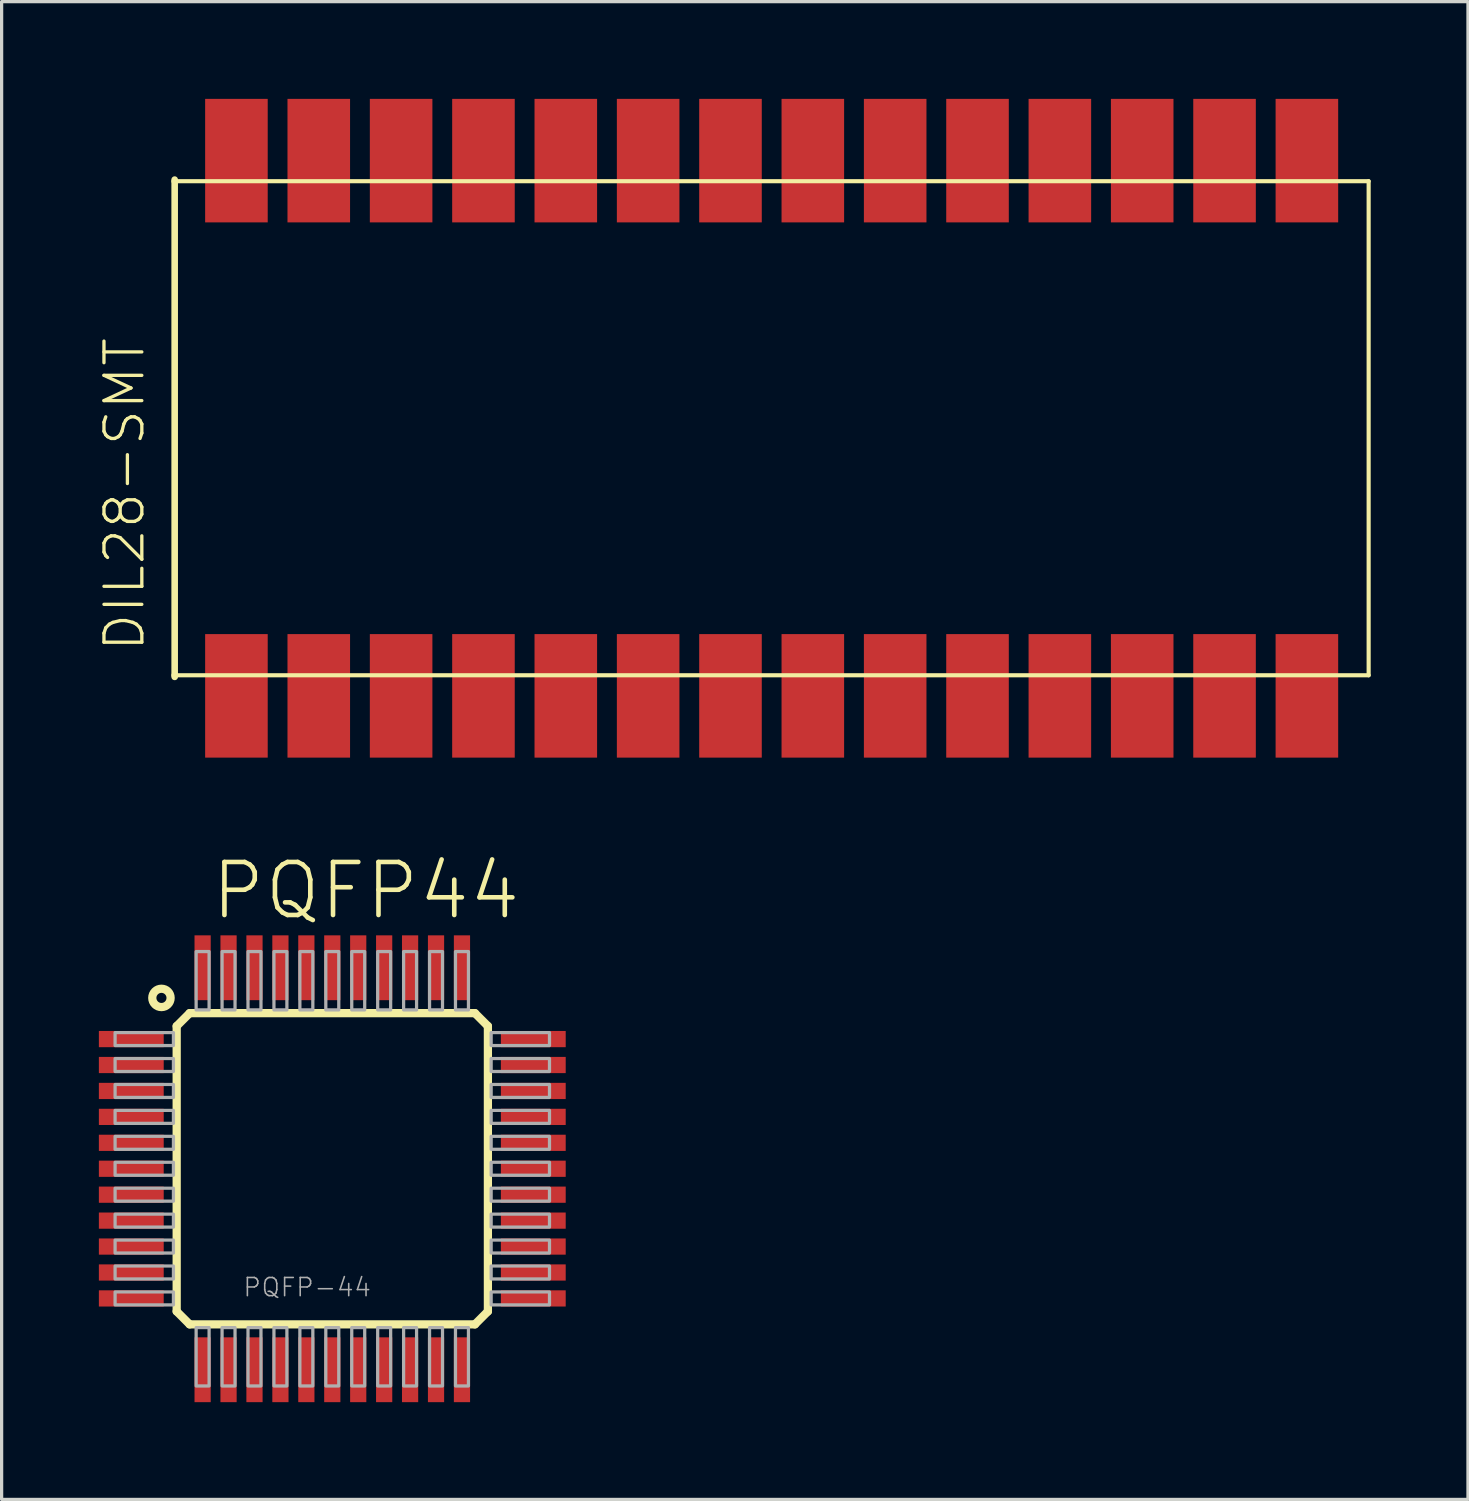
<source format=kicad_pcb>
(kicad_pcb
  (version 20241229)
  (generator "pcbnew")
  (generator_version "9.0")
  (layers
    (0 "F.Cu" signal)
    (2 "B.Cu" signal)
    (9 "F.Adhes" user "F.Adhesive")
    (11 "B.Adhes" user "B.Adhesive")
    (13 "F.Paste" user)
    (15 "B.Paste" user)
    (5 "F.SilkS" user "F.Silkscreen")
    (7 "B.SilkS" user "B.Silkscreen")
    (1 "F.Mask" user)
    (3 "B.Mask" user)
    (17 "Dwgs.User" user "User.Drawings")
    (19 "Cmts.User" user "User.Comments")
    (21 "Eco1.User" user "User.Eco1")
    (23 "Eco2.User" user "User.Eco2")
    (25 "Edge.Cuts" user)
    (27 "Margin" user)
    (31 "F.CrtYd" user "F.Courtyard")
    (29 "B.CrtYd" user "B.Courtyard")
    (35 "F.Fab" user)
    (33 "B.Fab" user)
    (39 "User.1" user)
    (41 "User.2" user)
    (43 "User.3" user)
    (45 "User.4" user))
  (footprint "PQFP44"
    (layer "F.Cu")
    (at 7.2 33.002)
    (property "Reference" "PQFP44" (at -3.81 -7.62 0) (layer "F.SilkS") (effects (font (size 1.636 1.636) (thickness 0.142)) (justify left bottom)))
    (fp_line (start -4.8 -4.4) (end -4.4 -4.8) (stroke (width 0.254) (type solid)) (layer "F.SilkS"))
    (fp_line (start -4.8 4.4) (end -4.8 -4.4) (stroke (width 0.254) (type solid)) (layer "F.SilkS"))
    (fp_line (start -4.4 -4.8) (end 4.4 -4.8) (stroke (width 0.254) (type solid)) (layer "F.SilkS"))
    (fp_line (start -4.4 4.8) (end -4.8 4.4) (stroke (width 0.254) (type solid)) (layer "F.SilkS"))
    (fp_line (start 4.4 -4.8) (end 4.8 -4.4) (stroke (width 0.254) (type solid)) (layer "F.SilkS"))
    (fp_line (start 4.4 4.8) (end -4.4 4.8) (stroke (width 0.254) (type solid)) (layer "F.SilkS"))
    (fp_line (start 4.8 -4.4) (end 4.8 4.4) (stroke (width 0.254) (type solid)) (layer "F.SilkS"))
    (fp_line (start 4.8 4.4) (end 4.4 4.8) (stroke (width 0.254) (type solid)) (layer "F.SilkS"))
    (fp_circle (center -5.27 -5.27) (end -4.987 -5.27) (stroke (width 0.254) (type solid)) (fill no) (layer "F.SilkS"))
    (fp_poly (pts (xy -6.7 -3.8) (xy -4.9 -3.8) (xy -4.9 -4.2) (xy -6.7 -4.2)) (stroke (width 0.1) (type solid)) (fill no) (layer "F.Fab"))
    (fp_poly (pts (xy -6.7 -3) (xy -4.9 -3) (xy -4.9 -3.4) (xy -6.7 -3.4)) (stroke (width 0.1) (type solid)) (fill no) (layer "F.Fab"))
    (fp_poly (pts (xy -6.7 -2.2) (xy -4.9 -2.2) (xy -4.9 -2.6) (xy -6.7 -2.6)) (stroke (width 0.1) (type solid)) (fill no) (layer "F.Fab"))
    (fp_poly (pts (xy -6.7 -1.4) (xy -4.9 -1.4) (xy -4.9 -1.8) (xy -6.7 -1.8)) (stroke (width 0.1) (type solid)) (fill no) (layer "F.Fab"))
    (fp_poly (pts (xy -6.7 -0.6) (xy -4.9 -0.6) (xy -4.9 -1) (xy -6.7 -1)) (stroke (width 0.1) (type solid)) (fill no) (layer "F.Fab"))
    (fp_poly (pts (xy -6.7 0.2) (xy -4.9 0.2) (xy -4.9 -0.2) (xy -6.7 -0.2)) (stroke (width 0.1) (type solid)) (fill no) (layer "F.Fab"))
    (fp_poly (pts (xy -6.7 1) (xy -4.9 1) (xy -4.9 0.6) (xy -6.7 0.6)) (stroke (width 0.1) (type solid)) (fill no) (layer "F.Fab"))
    (fp_poly (pts (xy -6.7 1.8) (xy -4.9 1.8) (xy -4.9 1.4) (xy -6.7 1.4)) (stroke (width 0.1) (type solid)) (fill no) (layer "F.Fab"))
    (fp_poly (pts (xy -6.7 2.6) (xy -4.9 2.6) (xy -4.9 2.2) (xy -6.7 2.2)) (stroke (width 0.1) (type solid)) (fill no) (layer "F.Fab"))
    (fp_poly (pts (xy -6.7 3.4) (xy -4.9 3.4) (xy -4.9 3) (xy -6.7 3)) (stroke (width 0.1) (type solid)) (fill no) (layer "F.Fab"))
    (fp_poly (pts (xy -6.7 4.2) (xy -4.9 4.2) (xy -4.9 3.8) (xy -6.7 3.8)) (stroke (width 0.1) (type solid)) (fill no) (layer "F.Fab"))
    (fp_poly (pts (xy -4.2 -4.9) (xy -3.8 -4.9) (xy -3.8 -6.7) (xy -4.2 -6.7)) (stroke (width 0.1) (type solid)) (fill no) (layer "F.Fab"))
    (fp_poly (pts (xy -4.2 6.7) (xy -3.8 6.7) (xy -3.8 4.9) (xy -4.2 4.9)) (stroke (width 0.1) (type solid)) (fill no) (layer "F.Fab"))
    (fp_poly (pts (xy -3.4 -4.9) (xy -3 -4.9) (xy -3 -6.7) (xy -3.4 -6.7)) (stroke (width 0.1) (type solid)) (fill no) (layer "F.Fab"))
    (fp_poly (pts (xy -3.4 6.7) (xy -3 6.7) (xy -3 4.9) (xy -3.4 4.9)) (stroke (width 0.1) (type solid)) (fill no) (layer "F.Fab"))
    (fp_poly (pts (xy -2.6 -4.9) (xy -2.2 -4.9) (xy -2.2 -6.7) (xy -2.6 -6.7)) (stroke (width 0.1) (type solid)) (fill no) (layer "F.Fab"))
    (fp_poly (pts (xy -2.6 6.7) (xy -2.2 6.7) (xy -2.2 4.9) (xy -2.6 4.9)) (stroke (width 0.1) (type solid)) (fill no) (layer "F.Fab"))
    (fp_poly (pts (xy -1.8 -4.9) (xy -1.4 -4.9) (xy -1.4 -6.7) (xy -1.8 -6.7)) (stroke (width 0.1) (type solid)) (fill no) (layer "F.Fab"))
    (fp_poly (pts (xy -1.8 6.7) (xy -1.4 6.7) (xy -1.4 4.9) (xy -1.8 4.9)) (stroke (width 0.1) (type solid)) (fill no) (layer "F.Fab"))
    (fp_poly (pts (xy -1 -4.9) (xy -0.6 -4.9) (xy -0.6 -6.7) (xy -1 -6.7)) (stroke (width 0.1) (type solid)) (fill no) (layer "F.Fab"))
    (fp_poly (pts (xy -1 6.7) (xy -0.6 6.7) (xy -0.6 4.9) (xy -1 4.9)) (stroke (width 0.1) (type solid)) (fill no) (layer "F.Fab"))
    (fp_poly (pts (xy -0.2 -4.9) (xy 0.2 -4.9) (xy 0.2 -6.7) (xy -0.2 -6.7)) (stroke (width 0.1) (type solid)) (fill no) (layer "F.Fab"))
    (fp_poly (pts (xy -0.2 6.7) (xy 0.2 6.7) (xy 0.2 4.9) (xy -0.2 4.9)) (stroke (width 0.1) (type solid)) (fill no) (layer "F.Fab"))
    (fp_poly (pts (xy 0.6 -4.9) (xy 1 -4.9) (xy 1 -6.7) (xy 0.6 -6.7)) (stroke (width 0.1) (type solid)) (fill no) (layer "F.Fab"))
    (fp_poly (pts (xy 0.6 6.7) (xy 1 6.7) (xy 1 4.9) (xy 0.6 4.9)) (stroke (width 0.1) (type solid)) (fill no) (layer "F.Fab"))
    (fp_poly (pts (xy 1.4 -4.9) (xy 1.8 -4.9) (xy 1.8 -6.7) (xy 1.4 -6.7)) (stroke (width 0.1) (type solid)) (fill no) (layer "F.Fab"))
    (fp_poly (pts (xy 1.4 6.7) (xy 1.8 6.7) (xy 1.8 4.9) (xy 1.4 4.9)) (stroke (width 0.1) (type solid)) (fill no) (layer "F.Fab"))
    (fp_poly (pts (xy 2.2 -4.9) (xy 2.6 -4.9) (xy 2.6 -6.7) (xy 2.2 -6.7)) (stroke (width 0.1) (type solid)) (fill no) (layer "F.Fab"))
    (fp_poly (pts (xy 2.2 6.7) (xy 2.6 6.7) (xy 2.6 4.9) (xy 2.2 4.9)) (stroke (width 0.1) (type solid)) (fill no) (layer "F.Fab"))
    (fp_poly (pts (xy 3 -4.9) (xy 3.4 -4.9) (xy 3.4 -6.7) (xy 3 -6.7)) (stroke (width 0.1) (type solid)) (fill no) (layer "F.Fab"))
    (fp_poly (pts (xy 3 6.7) (xy 3.4 6.7) (xy 3.4 4.9) (xy 3 4.9)) (stroke (width 0.1) (type solid)) (fill no) (layer "F.Fab"))
    (fp_poly (pts (xy 3.8 -4.9) (xy 4.2 -4.9) (xy 4.2 -6.7) (xy 3.8 -6.7)) (stroke (width 0.1) (type solid)) (fill no) (layer "F.Fab"))
    (fp_poly (pts (xy 3.8 6.7) (xy 4.2 6.7) (xy 4.2 4.9) (xy 3.8 4.9)) (stroke (width 0.1) (type solid)) (fill no) (layer "F.Fab"))
    (fp_poly (pts (xy 4.9 -3.8) (xy 6.7 -3.8) (xy 6.7 -4.2) (xy 4.9 -4.2)) (stroke (width 0.1) (type solid)) (fill no) (layer "F.Fab"))
    (fp_poly (pts (xy 4.9 -3) (xy 6.7 -3) (xy 6.7 -3.4) (xy 4.9 -3.4)) (stroke (width 0.1) (type solid)) (fill no) (layer "F.Fab"))
    (fp_poly (pts (xy 4.9 -2.2) (xy 6.7 -2.2) (xy 6.7 -2.6) (xy 4.9 -2.6)) (stroke (width 0.1) (type solid)) (fill no) (layer "F.Fab"))
    (fp_poly (pts (xy 4.9 -1.4) (xy 6.7 -1.4) (xy 6.7 -1.8) (xy 4.9 -1.8)) (stroke (width 0.1) (type solid)) (fill no) (layer "F.Fab"))
    (fp_poly (pts (xy 4.9 -0.6) (xy 6.7 -0.6) (xy 6.7 -1) (xy 4.9 -1)) (stroke (width 0.1) (type solid)) (fill no) (layer "F.Fab"))
    (fp_poly (pts (xy 4.9 0.2) (xy 6.7 0.2) (xy 6.7 -0.2) (xy 4.9 -0.2)) (stroke (width 0.1) (type solid)) (fill no) (layer "F.Fab"))
    (fp_poly (pts (xy 4.9 1) (xy 6.7 1) (xy 6.7 0.6) (xy 4.9 0.6)) (stroke (width 0.1) (type solid)) (fill no) (layer "F.Fab"))
    (fp_poly (pts (xy 4.9 1.8) (xy 6.7 1.8) (xy 6.7 1.4) (xy 4.9 1.4)) (stroke (width 0.1) (type solid)) (fill no) (layer "F.Fab"))
    (fp_poly (pts (xy 4.9 2.6) (xy 6.7 2.6) (xy 6.7 2.2) (xy 4.9 2.2)) (stroke (width 0.1) (type solid)) (fill no) (layer "F.Fab"))
    (fp_poly (pts (xy 4.9 3.4) (xy 6.7 3.4) (xy 6.7 3) (xy 4.9 3)) (stroke (width 0.1) (type solid)) (fill no) (layer "F.Fab"))
    (fp_poly (pts (xy 4.9 4.2) (xy 6.7 4.2) (xy 6.7 3.8) (xy 4.9 3.8)) (stroke (width 0.1) (type solid)) (fill no) (layer "F.Fab"))
    (fp_text user "PQFP-44" (at -2.785 3.985 0) (layer "F.Fab") (effects (font (size 0.561 0.561) (thickness 0.049)) (justify left bottom)))
    (pad "1" smd rect (at -6.2 -4) (size 2 0.5) (layers "F.Cu" "F.Mask" "F.Paste"))
    (pad "2" smd rect (at -6.2 -3.2) (size 2 0.5) (layers "F.Cu" "F.Mask" "F.Paste"))
    (pad "3" smd rect (at -6.2 -2.4) (size 2 0.5) (layers "F.Cu" "F.Mask" "F.Paste"))
    (pad "4" smd rect (at -6.2 -1.6) (size 2 0.5) (layers "F.Cu" "F.Mask" "F.Paste"))
    (pad "5" smd rect (at -6.2 -0.8) (size 2 0.5) (layers "F.Cu" "F.Mask" "F.Paste"))
    (pad "6" smd rect (at -6.2 0) (size 2 0.5) (layers "F.Cu" "F.Mask" "F.Paste"))
    (pad "7" smd rect (at -6.2 0.8) (size 2 0.5) (layers "F.Cu" "F.Mask" "F.Paste"))
    (pad "8" smd rect (at -6.2 1.6) (size 2 0.5) (layers "F.Cu" "F.Mask" "F.Paste"))
    (pad "9" smd rect (at -6.2 2.4) (size 2 0.5) (layers "F.Cu" "F.Mask" "F.Paste"))
    (pad "10" smd rect (at -6.2 3.2) (size 2 0.5) (layers "F.Cu" "F.Mask" "F.Paste"))
    (pad "11" smd rect (at -6.2 4) (size 2 0.5) (layers "F.Cu" "F.Mask" "F.Paste"))
    (pad "12" smd rect (at -4 6.2) (size 0.5 2) (layers "F.Cu" "F.Mask" "F.Paste"))
    (pad "13" smd rect (at -3.2 6.2) (size 0.5 2) (layers "F.Cu" "F.Mask" "F.Paste"))
    (pad "14" smd rect (at -2.4 6.2) (size 0.5 2) (layers "F.Cu" "F.Mask" "F.Paste"))
    (pad "15" smd rect (at -1.6 6.2) (size 0.5 2) (layers "F.Cu" "F.Mask" "F.Paste"))
    (pad "16" smd rect (at -0.8 6.2) (size 0.5 2) (layers "F.Cu" "F.Mask" "F.Paste"))
    (pad "17" smd rect (at 0 6.2) (size 0.5 2) (layers "F.Cu" "F.Mask" "F.Paste"))
    (pad "18" smd rect (at 0.8 6.2) (size 0.5 2) (layers "F.Cu" "F.Mask" "F.Paste"))
    (pad "19" smd rect (at 1.6 6.2) (size 0.5 2) (layers "F.Cu" "F.Mask" "F.Paste"))
    (pad "20" smd rect (at 2.4 6.2) (size 0.5 2) (layers "F.Cu" "F.Mask" "F.Paste"))
    (pad "21" smd rect (at 3.2 6.2) (size 0.5 2) (layers "F.Cu" "F.Mask" "F.Paste"))
    (pad "22" smd rect (at 4 6.2) (size 0.5 2) (layers "F.Cu" "F.Mask" "F.Paste"))
    (pad "23" smd rect (at 6.2 4) (size 2 0.5) (layers "F.Cu" "F.Mask" "F.Paste"))
    (pad "24" smd rect (at 6.2 3.2) (size 2 0.5) (layers "F.Cu" "F.Mask" "F.Paste"))
    (pad "25" smd rect (at 6.2 2.4) (size 2 0.5) (layers "F.Cu" "F.Mask" "F.Paste"))
    (pad "26" smd rect (at 6.2 1.6) (size 2 0.5) (layers "F.Cu" "F.Mask" "F.Paste"))
    (pad "27" smd rect (at 6.2 0.8) (size 2 0.5) (layers "F.Cu" "F.Mask" "F.Paste"))
    (pad "28" smd rect (at 6.2 0) (size 2 0.5) (layers "F.Cu" "F.Mask" "F.Paste"))
    (pad "29" smd rect (at 6.2 -0.8) (size 2 0.5) (layers "F.Cu" "F.Mask" "F.Paste"))
    (pad "30" smd rect (at 6.2 -1.6) (size 2 0.5) (layers "F.Cu" "F.Mask" "F.Paste"))
    (pad "31" smd rect (at 6.2 -2.4) (size 2 0.5) (layers "F.Cu" "F.Mask" "F.Paste"))
    (pad "32" smd rect (at 6.2 -3.2) (size 2 0.5) (layers "F.Cu" "F.Mask" "F.Paste"))
    (pad "33" smd rect (at 6.2 -4) (size 2 0.5) (layers "F.Cu" "F.Mask" "F.Paste"))
    (pad "34" smd rect (at 4 -6.2) (size 0.5 2) (layers "F.Cu" "F.Mask" "F.Paste"))
    (pad "35" smd rect (at 3.2 -6.2) (size 0.5 2) (layers "F.Cu" "F.Mask" "F.Paste"))
    (pad "36" smd rect (at 2.4 -6.2) (size 0.5 2) (layers "F.Cu" "F.Mask" "F.Paste"))
    (pad "37" smd rect (at 1.6 -6.2) (size 0.5 2) (layers "F.Cu" "F.Mask" "F.Paste"))
    (pad "38" smd rect (at 0.8 -6.2) (size 0.5 2) (layers "F.Cu" "F.Mask" "F.Paste"))
    (pad "39" smd rect (at 0 -6.2) (size 0.5 2) (layers "F.Cu" "F.Mask" "F.Paste"))
    (pad "40" smd rect (at -0.8 -6.2) (size 0.5 2) (layers "F.Cu" "F.Mask" "F.Paste"))
    (pad "41" smd rect (at -1.6 -6.2) (size 0.5 2) (layers "F.Cu" "F.Mask" "F.Paste"))
    (pad "42" smd rect (at -2.4 -6.2) (size 0.5 2) (layers "F.Cu" "F.Mask" "F.Paste"))
    (pad "43" smd rect (at -3.2 -6.2) (size 0.5 2) (layers "F.Cu" "F.Mask" "F.Paste"))
    (pad "44" smd rect (at -4 -6.2) (size 0.5 2) (layers "F.Cu" "F.Mask" "F.Paste")))
  (footprint "DIL28-SMT"
    (layer "F.Cu")
    (at 11.863 14.605)
    (property "Reference" "DIL28-SMT" (at -10.39 2.5 90) (layer "F.SilkS") (effects (font (size 1.168 1.168) (thickness 0.102)) (justify left bottom)))
    (fp_line (start -9.525 -12.065) (end -9.525 -12.115) (stroke (width 0.203) (type solid)) (layer "F.SilkS"))
    (fp_line (start -9.525 -12.065) (end 27.305 -12.065) (stroke (width 0.127) (type solid)) (layer "F.SilkS"))
    (fp_line (start -9.525 3.175) (end -9.525 -12.065) (stroke (width 0.203) (type solid)) (layer "F.SilkS"))
    (fp_line (start -9.525 3.225) (end -9.525 3.175) (stroke (width 0.203) (type solid)) (layer "F.SilkS"))
    (fp_line (start 27.305 -12.065) (end 27.305 3.175) (stroke (width 0.127) (type solid)) (layer "F.SilkS"))
    (fp_line (start 27.305 3.175) (end -9.525 3.175) (stroke (width 0.127) (type solid)) (layer "F.SilkS"))
    (pad "P$1" smd rect (at -7.62 -12.7 270) (size 3.81 1.93) (layers "F.Cu" "F.Mask" "F.Paste"))
    (pad "P$2" smd rect (at -5.08 -12.7 90) (size 3.81 1.93) (layers "F.Cu" "F.Mask" "F.Paste"))
    (pad "P$3" smd rect (at -2.54 -12.7 90) (size 3.81 1.93) (layers "F.Cu" "F.Mask" "F.Paste"))
    (pad "P$4" smd rect (at 0 -12.7 90) (size 3.81 1.93) (layers "F.Cu" "F.Mask" "F.Paste"))
    (pad "P$5" smd rect (at 2.54 -12.7 90) (size 3.81 1.93) (layers "F.Cu" "F.Mask" "F.Paste"))
    (pad "P$6" smd rect (at 5.08 -12.7 90) (size 3.81 1.93) (layers "F.Cu" "F.Mask" "F.Paste"))
    (pad "P$7" smd rect (at 7.62 -12.7 90) (size 3.81 1.93) (layers "F.Cu" "F.Mask" "F.Paste"))
    (pad "P$8" smd rect (at 10.16 -12.7 90) (size 3.81 1.93) (layers "F.Cu" "F.Mask" "F.Paste"))
    (pad "P$9" smd rect (at 12.7 -12.7 90) (size 3.81 1.93) (layers "F.Cu" "F.Mask" "F.Paste"))
    (pad "P$10" smd rect (at 15.24 -12.7 90) (size 3.81 1.93) (layers "F.Cu" "F.Mask" "F.Paste"))
    (pad "P$11" smd rect (at 17.78 -12.7 90) (size 3.81 1.93) (layers "F.Cu" "F.Mask" "F.Paste"))
    (pad "P$12" smd rect (at 20.32 -12.7 90) (size 3.81 1.93) (layers "F.Cu" "F.Mask" "F.Paste"))
    (pad "P$13" smd rect (at 22.86 -12.7 90) (size 3.81 1.93) (layers "F.Cu" "F.Mask" "F.Paste"))
    (pad "P$14" smd rect (at 25.4 -12.7 90) (size 3.81 1.93) (layers "F.Cu" "F.Mask" "F.Paste"))
    (pad "P$15" smd rect (at 25.4 3.81 90) (size 3.81 1.93) (layers "F.Cu" "F.Mask" "F.Paste"))
    (pad "P$16" smd rect (at 22.86 3.81 90) (size 3.81 1.93) (layers "F.Cu" "F.Mask" "F.Paste"))
    (pad "P$17" smd rect (at 20.32 3.81 90) (size 3.81 1.93) (layers "F.Cu" "F.Mask" "F.Paste"))
    (pad "P$18" smd rect (at 17.78 3.81 90) (size 3.81 1.93) (layers "F.Cu" "F.Mask" "F.Paste"))
    (pad "P$19" smd rect (at 15.24 3.81 90) (size 3.81 1.93) (layers "F.Cu" "F.Mask" "F.Paste"))
    (pad "P$20" smd rect (at 12.7 3.81 90) (size 3.81 1.93) (layers "F.Cu" "F.Mask" "F.Paste"))
    (pad "P$21" smd rect (at 10.16 3.81 90) (size 3.81 1.93) (layers "F.Cu" "F.Mask" "F.Paste"))
    (pad "P$22" smd rect (at 7.62 3.81 90) (size 3.81 1.93) (layers "F.Cu" "F.Mask" "F.Paste"))
    (pad "P$23" smd rect (at 5.08 3.81 90) (size 3.81 1.93) (layers "F.Cu" "F.Mask" "F.Paste"))
    (pad "P$24" smd rect (at 2.54 3.81 90) (size 3.81 1.93) (layers "F.Cu" "F.Mask" "F.Paste"))
    (pad "P$25" smd rect (at 0 3.81 90) (size 3.81 1.93) (layers "F.Cu" "F.Mask" "F.Paste"))
    (pad "P$26" smd rect (at -2.54 3.81 90) (size 3.81 1.93) (layers "F.Cu" "F.Mask" "F.Paste"))
    (pad "P$27" smd rect (at -5.08 3.81 90) (size 3.81 1.93) (layers "F.Cu" "F.Mask" "F.Paste"))
    (pad "P$28" smd rect (at -7.62 3.81 90) (size 3.81 1.93) (layers "F.Cu" "F.Mask" "F.Paste")))
  (gr_rect
    (start -3 -3)
    (end 42.232 43.202)
    (stroke (width 0.1) (type default))
    (fill no)
    (layer "Edge.Cuts")))
</source>
